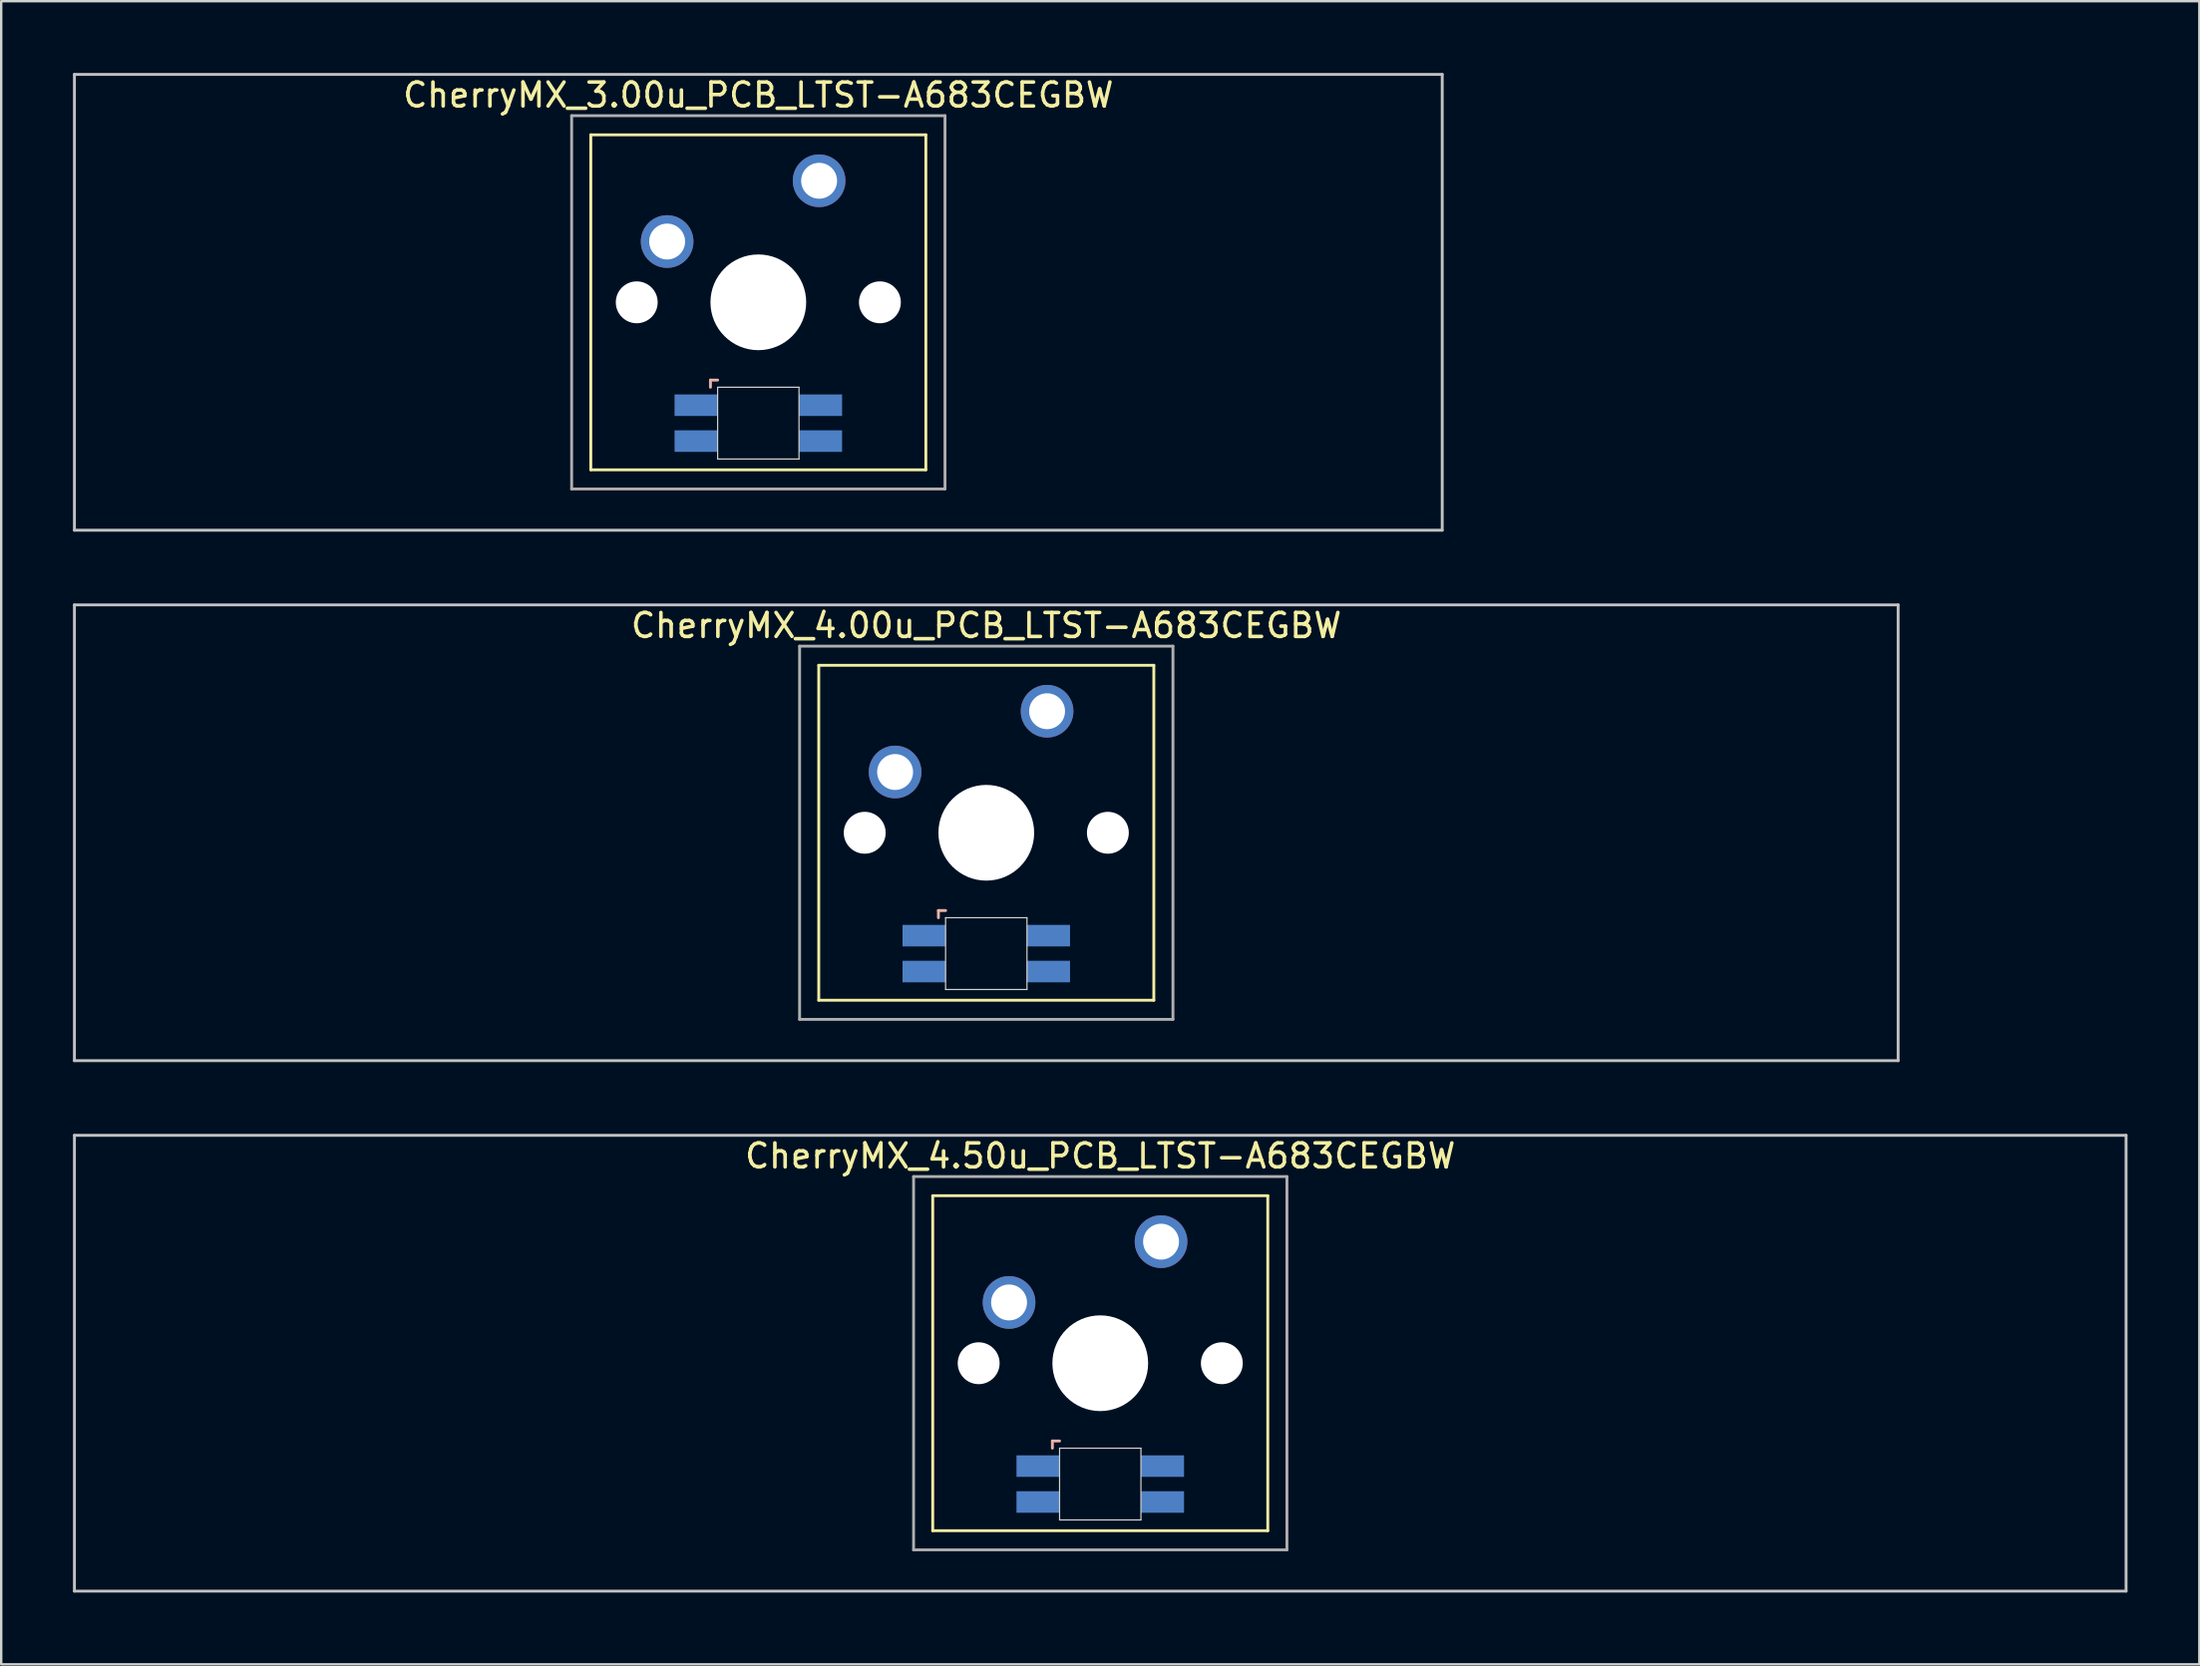
<source format=kicad_pcb>
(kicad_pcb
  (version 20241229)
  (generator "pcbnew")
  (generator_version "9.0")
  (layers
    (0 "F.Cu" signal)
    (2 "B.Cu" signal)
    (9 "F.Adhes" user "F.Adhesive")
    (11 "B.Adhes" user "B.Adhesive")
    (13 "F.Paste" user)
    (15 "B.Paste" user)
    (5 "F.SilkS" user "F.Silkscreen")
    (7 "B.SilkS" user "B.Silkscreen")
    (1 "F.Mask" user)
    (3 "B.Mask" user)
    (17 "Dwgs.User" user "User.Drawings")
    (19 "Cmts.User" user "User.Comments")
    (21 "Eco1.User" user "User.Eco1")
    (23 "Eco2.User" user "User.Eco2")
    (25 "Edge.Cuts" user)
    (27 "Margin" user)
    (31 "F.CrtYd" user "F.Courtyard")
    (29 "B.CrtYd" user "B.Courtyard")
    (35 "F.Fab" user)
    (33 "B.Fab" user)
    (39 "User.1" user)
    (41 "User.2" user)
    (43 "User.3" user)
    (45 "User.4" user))
  (footprint "CherryMX_4.00u_PCB_LTST-A683CEGBW"
    (layer "F.Cu")
    (at 38.16 31.755)
    (property "Reference" "CherryMX_4.00u_PCB_LTST-A683CEGBW" (at 0 -8.662 0) (layer "F.SilkS") (effects (font (size 1 1) (thickness 0.15))))
    (attr through_hole)
    (fp_line (start -7 -7) (end -7 7) (stroke (width 0.12) (type solid)) (layer "F.SilkS"))
    (fp_line (start -7 -7) (end 7 -7) (stroke (width 0.12) (type solid)) (layer "F.SilkS"))
    (fp_line (start 7 -7) (end 7 7) (stroke (width 0.12) (type solid)) (layer "F.SilkS"))
    (fp_line (start 7 7) (end -7 7) (stroke (width 0.12) (type solid)) (layer "F.SilkS"))
    (fp_line (start -2 3.25) (end -2 3.55) (stroke (width 0.12) (type solid)) (layer "B.SilkS"))
    (fp_line (start -1.7 3.25) (end -2 3.25) (stroke (width 0.12) (type solid)) (layer "B.SilkS"))
    (fp_line (start -38.1 -9.525) (end 38.1 -9.525) (stroke (width 0.12) (type solid)) (layer "Dwgs.User"))
    (fp_line (start -38.1 9.525) (end -38.1 -9.525) (stroke (width 0.12) (type solid)) (layer "Dwgs.User"))
    (fp_line (start 38.1 -9.525) (end 38.1 9.525) (stroke (width 0.12) (type solid)) (layer "Dwgs.User"))
    (fp_line (start 38.1 9.525) (end -38.1 9.525) (stroke (width 0.12) (type solid)) (layer "Dwgs.User"))
    (fp_line (start -1.7 3.55) (end 1.7 3.55) (stroke (width 0.05) (type solid)) (layer "Edge.Cuts"))
    (fp_line (start -1.7 6.55) (end -1.7 3.55) (stroke (width 0.05) (type solid)) (layer "Edge.Cuts"))
    (fp_line (start 1.7 3.55) (end 1.7 6.55) (stroke (width 0.05) (type solid)) (layer "Edge.Cuts"))
    (fp_line (start 1.7 6.55) (end -1.7 6.55) (stroke (width 0.05) (type solid)) (layer "Edge.Cuts"))
    (fp_line (start -7.8 -7.8) (end -7.8 7.8) (stroke (width 0.12) (type solid)) (layer "F.Fab"))
    (fp_line (start -7.8 -7.8) (end 7.8 -7.8) (stroke (width 0.12) (type solid)) (layer "F.Fab"))
    (fp_line (start -7.8 7.8) (end 7.8 7.8) (stroke (width 0.12) (type solid)) (layer "F.Fab"))
    (fp_line (start 7.8 -7.8) (end 7.8 7.8) (stroke (width 0.12) (type solid)) (layer "F.Fab"))
    (pad "" np_thru_hole circle (at -5.08 0) (size 1.75 1.75) (drill 1.75) (layers "*.Cu" "*.Mask"))
    (pad "" np_thru_hole circle (at 0 0) (size 4 4) (drill 4) (layers "*.Cu" "*.Mask"))
    (pad "" np_thru_hole circle (at 5.08 0) (size 1.75 1.75) (drill 1.75) (layers "*.Cu" "*.Mask"))
    (pad "1" thru_hole circle (at -3.81 -2.54) (size 2.2 2.2) (drill 1.5) (layers "*.Cu" "*.Mask"))
    (pad "2" thru_hole circle (at 2.54 -5.08) (size 2.2 2.2) (drill 1.5) (layers "*.Cu" "*.Mask"))
    (pad "3" smd rect (at -2.6 4.3) (size 1.8 0.9) (layers "B.Cu" "B.Mask" "B.Paste"))
    (pad "4" smd rect (at -2.6 5.8) (size 1.8 0.9) (layers "B.Cu" "B.Mask" "B.Paste"))
    (pad "5" smd rect (at 2.6 4.3) (size 1.8 0.9) (layers "B.Cu" "B.Mask" "B.Paste"))
    (pad "6" smd rect (at 2.6 5.8) (size 1.8 0.9) (layers "B.Cu" "B.Mask" "B.Paste")))
  (footprint "CherryMX_4.50u_PCB_LTST-A683CEGBW"
    (layer "F.Cu")
    (at 42.922 53.925)
    (property "Reference" "CherryMX_4.50u_PCB_LTST-A683CEGBW" (at 0 -8.662 0) (layer "F.SilkS") (effects (font (size 1 1) (thickness 0.15))))
    (attr through_hole)
    (fp_line (start -7 -7) (end -7 7) (stroke (width 0.12) (type solid)) (layer "F.SilkS"))
    (fp_line (start -7 -7) (end 7 -7) (stroke (width 0.12) (type solid)) (layer "F.SilkS"))
    (fp_line (start 7 -7) (end 7 7) (stroke (width 0.12) (type solid)) (layer "F.SilkS"))
    (fp_line (start 7 7) (end -7 7) (stroke (width 0.12) (type solid)) (layer "F.SilkS"))
    (fp_line (start -2 3.25) (end -2 3.55) (stroke (width 0.12) (type solid)) (layer "B.SilkS"))
    (fp_line (start -1.7 3.25) (end -2 3.25) (stroke (width 0.12) (type solid)) (layer "B.SilkS"))
    (fp_line (start -42.862 -9.525) (end 42.862 -9.525) (stroke (width 0.12) (type solid)) (layer "Dwgs.User"))
    (fp_line (start -42.862 9.525) (end -42.862 -9.525) (stroke (width 0.12) (type solid)) (layer "Dwgs.User"))
    (fp_line (start 42.862 -9.525) (end 42.862 9.525) (stroke (width 0.12) (type solid)) (layer "Dwgs.User"))
    (fp_line (start 42.862 9.525) (end -42.862 9.525) (stroke (width 0.12) (type solid)) (layer "Dwgs.User"))
    (fp_line (start -1.7 3.55) (end 1.7 3.55) (stroke (width 0.05) (type solid)) (layer "Edge.Cuts"))
    (fp_line (start -1.7 6.55) (end -1.7 3.55) (stroke (width 0.05) (type solid)) (layer "Edge.Cuts"))
    (fp_line (start 1.7 3.55) (end 1.7 6.55) (stroke (width 0.05) (type solid)) (layer "Edge.Cuts"))
    (fp_line (start 1.7 6.55) (end -1.7 6.55) (stroke (width 0.05) (type solid)) (layer "Edge.Cuts"))
    (fp_line (start -7.8 -7.8) (end -7.8 7.8) (stroke (width 0.12) (type solid)) (layer "F.Fab"))
    (fp_line (start -7.8 -7.8) (end 7.8 -7.8) (stroke (width 0.12) (type solid)) (layer "F.Fab"))
    (fp_line (start -7.8 7.8) (end 7.8 7.8) (stroke (width 0.12) (type solid)) (layer "F.Fab"))
    (fp_line (start 7.8 -7.8) (end 7.8 7.8) (stroke (width 0.12) (type solid)) (layer "F.Fab"))
    (pad "" np_thru_hole circle (at -5.08 0) (size 1.75 1.75) (drill 1.75) (layers "*.Cu" "*.Mask"))
    (pad "" np_thru_hole circle (at 0 0) (size 4 4) (drill 4) (layers "*.Cu" "*.Mask"))
    (pad "" np_thru_hole circle (at 5.08 0) (size 1.75 1.75) (drill 1.75) (layers "*.Cu" "*.Mask"))
    (pad "1" thru_hole circle (at -3.81 -2.54) (size 2.2 2.2) (drill 1.5) (layers "*.Cu" "*.Mask"))
    (pad "2" thru_hole circle (at 2.54 -5.08) (size 2.2 2.2) (drill 1.5) (layers "*.Cu" "*.Mask"))
    (pad "3" smd rect (at -2.6 4.3) (size 1.8 0.9) (layers "B.Cu" "B.Mask" "B.Paste"))
    (pad "4" smd rect (at -2.6 5.8) (size 1.8 0.9) (layers "B.Cu" "B.Mask" "B.Paste"))
    (pad "5" smd rect (at 2.6 4.3) (size 1.8 0.9) (layers "B.Cu" "B.Mask" "B.Paste"))
    (pad "6" smd rect (at 2.6 5.8) (size 1.8 0.9) (layers "B.Cu" "B.Mask" "B.Paste")))
  (footprint "CherryMX_3.00u_PCB_LTST-A683CEGBW"
    (layer "F.Cu")
    (at 28.635 9.585)
    (property "Reference" "CherryMX_3.00u_PCB_LTST-A683CEGBW" (at 0 -8.662 0) (layer "F.SilkS") (effects (font (size 1 1) (thickness 0.15))))
    (attr through_hole)
    (fp_line (start -7 -7) (end -7 7) (stroke (width 0.12) (type solid)) (layer "F.SilkS"))
    (fp_line (start -7 -7) (end 7 -7) (stroke (width 0.12) (type solid)) (layer "F.SilkS"))
    (fp_line (start 7 -7) (end 7 7) (stroke (width 0.12) (type solid)) (layer "F.SilkS"))
    (fp_line (start 7 7) (end -7 7) (stroke (width 0.12) (type solid)) (layer "F.SilkS"))
    (fp_line (start -2 3.25) (end -2 3.55) (stroke (width 0.12) (type solid)) (layer "B.SilkS"))
    (fp_line (start -1.7 3.25) (end -2 3.25) (stroke (width 0.12) (type solid)) (layer "B.SilkS"))
    (fp_line (start -28.575 -9.525) (end 28.575 -9.525) (stroke (width 0.12) (type solid)) (layer "Dwgs.User"))
    (fp_line (start -28.575 9.525) (end -28.575 -9.525) (stroke (width 0.12) (type solid)) (layer "Dwgs.User"))
    (fp_line (start 28.575 -9.525) (end 28.575 9.525) (stroke (width 0.12) (type solid)) (layer "Dwgs.User"))
    (fp_line (start 28.575 9.525) (end -28.575 9.525) (stroke (width 0.12) (type solid)) (layer "Dwgs.User"))
    (fp_line (start -1.7 3.55) (end 1.7 3.55) (stroke (width 0.05) (type solid)) (layer "Edge.Cuts"))
    (fp_line (start -1.7 6.55) (end -1.7 3.55) (stroke (width 0.05) (type solid)) (layer "Edge.Cuts"))
    (fp_line (start 1.7 3.55) (end 1.7 6.55) (stroke (width 0.05) (type solid)) (layer "Edge.Cuts"))
    (fp_line (start 1.7 6.55) (end -1.7 6.55) (stroke (width 0.05) (type solid)) (layer "Edge.Cuts"))
    (fp_line (start -7.8 -7.8) (end -7.8 7.8) (stroke (width 0.12) (type solid)) (layer "F.Fab"))
    (fp_line (start -7.8 -7.8) (end 7.8 -7.8) (stroke (width 0.12) (type solid)) (layer "F.Fab"))
    (fp_line (start -7.8 7.8) (end 7.8 7.8) (stroke (width 0.12) (type solid)) (layer "F.Fab"))
    (fp_line (start 7.8 -7.8) (end 7.8 7.8) (stroke (width 0.12) (type solid)) (layer "F.Fab"))
    (pad "" np_thru_hole circle (at -5.08 0) (size 1.75 1.75) (drill 1.75) (layers "*.Cu" "*.Mask"))
    (pad "" np_thru_hole circle (at 0 0) (size 4 4) (drill 4) (layers "*.Cu" "*.Mask"))
    (pad "" np_thru_hole circle (at 5.08 0) (size 1.75 1.75) (drill 1.75) (layers "*.Cu" "*.Mask"))
    (pad "1" thru_hole circle (at -3.81 -2.54) (size 2.2 2.2) (drill 1.5) (layers "*.Cu" "*.Mask"))
    (pad "2" thru_hole circle (at 2.54 -5.08) (size 2.2 2.2) (drill 1.5) (layers "*.Cu" "*.Mask"))
    (pad "3" smd rect (at -2.6 4.3) (size 1.8 0.9) (layers "B.Cu" "B.Mask" "B.Paste"))
    (pad "4" smd rect (at -2.6 5.8) (size 1.8 0.9) (layers "B.Cu" "B.Mask" "B.Paste"))
    (pad "5" smd rect (at 2.6 4.3) (size 1.8 0.9) (layers "B.Cu" "B.Mask" "B.Paste"))
    (pad "6" smd rect (at 2.6 5.8) (size 1.8 0.9) (layers "B.Cu" "B.Mask" "B.Paste")))
  (gr_rect
    (start -3 -3)
    (end 88.845 66.51)
    (stroke (width 0.1) (type default))
    (fill no)
    (layer "Edge.Cuts")))
</source>
